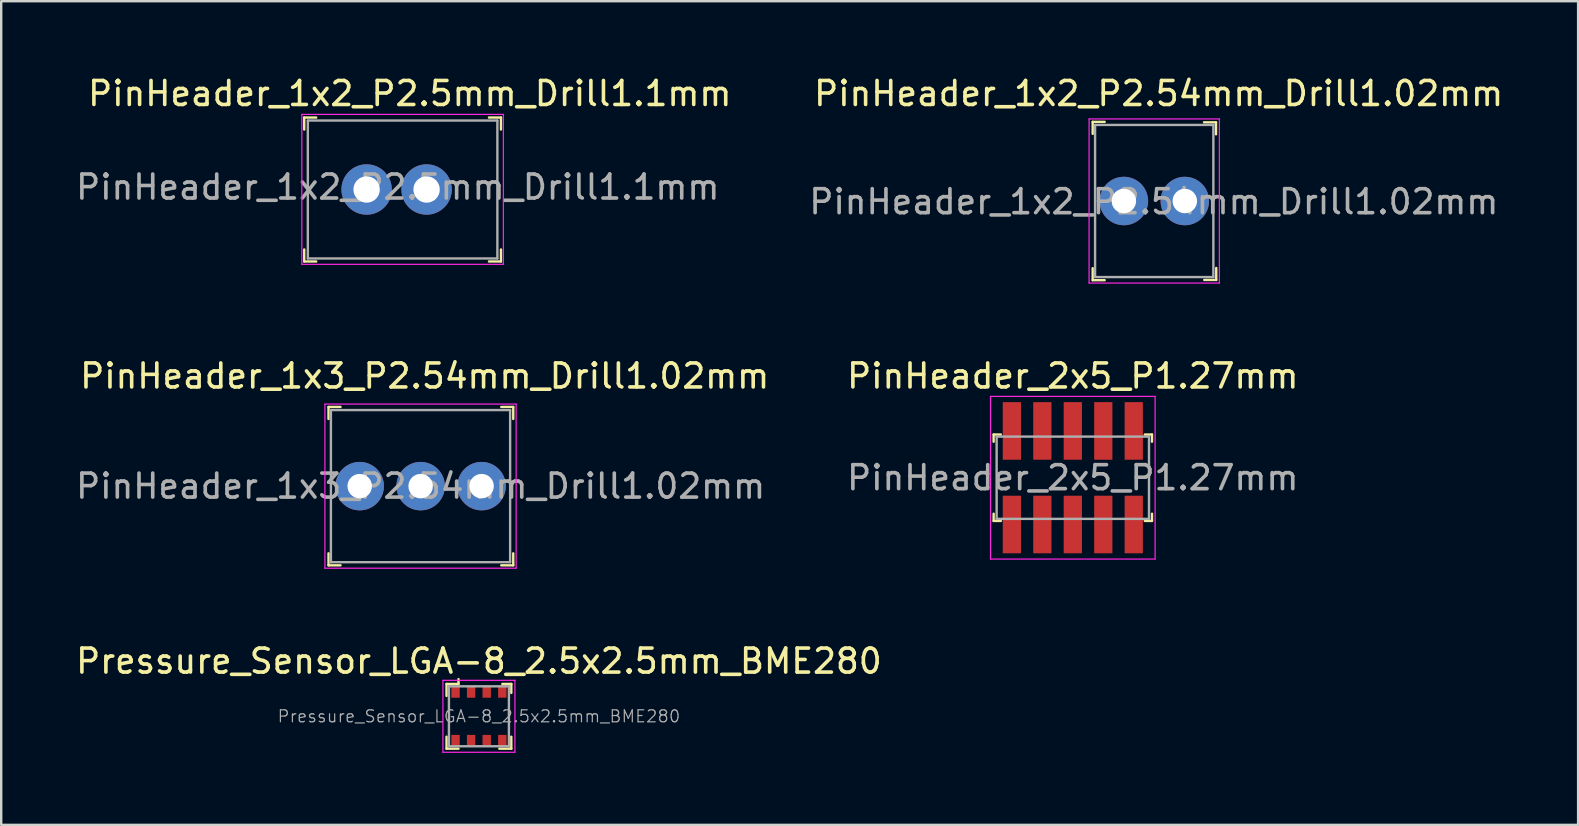
<source format=kicad_pcb>
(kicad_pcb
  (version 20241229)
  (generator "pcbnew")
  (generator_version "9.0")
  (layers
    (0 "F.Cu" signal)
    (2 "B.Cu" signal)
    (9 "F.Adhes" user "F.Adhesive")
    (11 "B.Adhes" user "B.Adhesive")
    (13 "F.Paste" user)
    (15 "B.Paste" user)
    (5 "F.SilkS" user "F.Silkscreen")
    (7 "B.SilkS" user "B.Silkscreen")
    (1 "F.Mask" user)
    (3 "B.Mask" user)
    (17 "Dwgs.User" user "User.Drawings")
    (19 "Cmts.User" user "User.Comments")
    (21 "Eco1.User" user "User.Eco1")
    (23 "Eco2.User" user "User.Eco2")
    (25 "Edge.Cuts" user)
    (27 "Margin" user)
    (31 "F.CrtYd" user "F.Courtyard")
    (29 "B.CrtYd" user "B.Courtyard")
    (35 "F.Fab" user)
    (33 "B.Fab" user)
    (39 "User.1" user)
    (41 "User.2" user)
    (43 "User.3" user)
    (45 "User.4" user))
  (footprint "PinHeader_1x2_P2.5mm_Drill1.1mm"
    (layer "F.Cu")
    (at 12.23 4.848)
    (property "Reference" "PinHeader_1x2_P2.5mm_Drill1.1mm" (at 1.8 -4 0) (layer "F.SilkS") (effects (font (size 1 1) (thickness 0.15))))
    (attr through_hole)
    (fp_line (start -2.6 -3) (end -2.6 -2.5) (stroke (width 0.1) (type solid)) (layer "F.SilkS"))
    (fp_line (start -2.6 -3) (end -2.1 -3) (stroke (width 0.1) (type solid)) (layer "F.SilkS"))
    (fp_line (start -2.6 3) (end -2.6 2.5) (stroke (width 0.1) (type solid)) (layer "F.SilkS"))
    (fp_line (start -2.6 3) (end -2.1 3) (stroke (width 0.1) (type solid)) (layer "F.SilkS"))
    (fp_line (start 5.6 -3) (end 5.1 -3) (stroke (width 0.1) (type solid)) (layer "F.SilkS"))
    (fp_line (start 5.6 -3) (end 5.6 -2.5) (stroke (width 0.1) (type solid)) (layer "F.SilkS"))
    (fp_line (start 5.6 3) (end 5.1 3) (stroke (width 0.1) (type solid)) (layer "F.SilkS"))
    (fp_line (start 5.6 3) (end 5.6 2.5) (stroke (width 0.1) (type solid)) (layer "F.SilkS"))
    (fp_line (start -2.7 -3.13) (end -2.7 3.12) (stroke (width 0.05) (type solid)) (layer "F.CrtYd"))
    (fp_line (start 5.7 -3.13) (end -2.7 -3.13) (stroke (width 0.05) (type solid)) (layer "F.CrtYd"))
    (fp_line (start 5.7 3.12) (end -2.7 3.12) (stroke (width 0.05) (type solid)) (layer "F.CrtYd"))
    (fp_line (start 5.7 3.12) (end 5.7 -3.13) (stroke (width 0.05) (type solid)) (layer "F.CrtYd"))
    (fp_line (start -2.45 -2.875) (end -2.45 2.875) (stroke (width 0.1) (type solid)) (layer "F.Fab"))
    (fp_line (start -2.45 -2.875) (end 5.45 -2.875) (stroke (width 0.1) (type solid)) (layer "F.Fab"))
    (fp_line (start -2.45 2.875) (end 5.45 2.875) (stroke (width 0.1) (type solid)) (layer "F.Fab"))
    (fp_line (start 5.45 -2.875) (end 5.45 2.875) (stroke (width 0.1) (type solid)) (layer "F.Fab"))
    (fp_text user "${REFERENCE}" (at 1.3 -0.1 0) (layer "F.Fab") (effects (font (size 1 1) (thickness 0.15))))
    (pad "1" thru_hole circle (at 0 0) (size 2.1 2.1) (drill 1.1) (layers "*.Cu" "*.Mask"))
    (pad "2" thru_hole circle (at 2.5 0) (size 2.1 2.1) (drill 1.1) (layers "*.Cu" "*.Mask")))
  (footprint "PinHeader_1x3_P2.54mm_Drill1.02mm"
    (layer "F.Cu")
    (at 11.942 17.212)
    (property "Reference" "PinHeader_1x3_P2.54mm_Drill1.02mm" (at 2.71 -4.59 0) (layer "F.SilkS") (effects (font (size 1 1) (thickness 0.15))))
    (attr through_hole)
    (fp_line (start -1.3 -3.3) (end -1.3 -2.8) (stroke (width 0.1) (type solid)) (layer "F.SilkS"))
    (fp_line (start -1.3 -3.3) (end -0.8 -3.3) (stroke (width 0.1) (type solid)) (layer "F.SilkS"))
    (fp_line (start -1.3 3.3) (end -1.3 2.8) (stroke (width 0.1) (type solid)) (layer "F.SilkS"))
    (fp_line (start -1.3 3.3) (end -0.8 3.3) (stroke (width 0.1) (type solid)) (layer "F.SilkS"))
    (fp_line (start 6.4 -3.3) (end 5.9 -3.3) (stroke (width 0.1) (type solid)) (layer "F.SilkS"))
    (fp_line (start 6.4 -3.3) (end 6.4 -2.8) (stroke (width 0.1) (type solid)) (layer "F.SilkS"))
    (fp_line (start 6.4 3.3) (end 5.9 3.3) (stroke (width 0.1) (type solid)) (layer "F.SilkS"))
    (fp_line (start 6.4 3.3) (end 6.4 2.8) (stroke (width 0.1) (type solid)) (layer "F.SilkS"))
    (fp_line (start -1.45 -3.42) (end -1.45 3.42) (stroke (width 0.05) (type solid)) (layer "F.CrtYd"))
    (fp_line (start 6.52 -3.42) (end -1.45 -3.42) (stroke (width 0.05) (type solid)) (layer "F.CrtYd"))
    (fp_line (start 6.52 -3.42) (end 6.52 3.42) (stroke (width 0.05) (type solid)) (layer "F.CrtYd"))
    (fp_line (start 6.52 3.42) (end -1.45 3.42) (stroke (width 0.05) (type solid)) (layer "F.CrtYd"))
    (fp_line (start -1.2 -3.17) (end -1.2 3.17) (stroke (width 0.1) (type solid)) (layer "F.Fab"))
    (fp_line (start -1.2 -3.17) (end 6.27 -3.17) (stroke (width 0.1) (type solid)) (layer "F.Fab"))
    (fp_line (start -1.2 3.17) (end 6.27 3.17) (stroke (width 0.1) (type solid)) (layer "F.Fab"))
    (fp_line (start 6.27 -3.17) (end 6.27 3.17) (stroke (width 0.1) (type solid)) (layer "F.Fab"))
    (fp_text user "${REFERENCE}" (at 2.54 0 0) (layer "F.Fab") (effects (font (size 1 1) (thickness 0.15))))
    (pad "1" thru_hole circle (at 0 0) (size 2.02 2.02) (drill 1.02) (layers "*.Cu" "*.Mask"))
    (pad "2" thru_hole circle (at 2.54 0) (size 2.02 2.02) (drill 1.02) (layers "*.Cu" "*.Mask"))
    (pad "3" thru_hole circle (at 5.08 0) (size 2.02 2.02) (drill 1.02) (layers "*.Cu" "*.Mask")))
  (footprint "PinHeader_2x5_P1.27mm"
    (layer "F.Cu")
    (at 41.664 16.861)
    (property "Reference" "PinHeader_2x5_P1.27mm" (at 0 -4.24 0) (layer "F.SilkS") (effects (font (size 1 1) (thickness 0.15))))
    (attr smd)
    (fp_line (start -3.3 -1.8) (end -3.3 -1.5) (stroke (width 0.1) (type solid)) (layer "F.SilkS"))
    (fp_line (start -3.3 1.8) (end -3.3 1.5) (stroke (width 0.1) (type solid)) (layer "F.SilkS"))
    (fp_line (start -3 -1.8) (end -3.3 -1.8) (stroke (width 0.1) (type solid)) (layer "F.SilkS"))
    (fp_line (start -3 1.8) (end -3.3 1.8) (stroke (width 0.1) (type solid)) (layer "F.SilkS"))
    (fp_line (start 3 -1.8) (end 3.3 -1.8) (stroke (width 0.1) (type solid)) (layer "F.SilkS"))
    (fp_line (start 3 1.8) (end 3.3 1.8) (stroke (width 0.1) (type solid)) (layer "F.SilkS"))
    (fp_line (start 3.3 -1.8) (end 3.3 -1.5) (stroke (width 0.1) (type solid)) (layer "F.SilkS"))
    (fp_line (start 3.3 1.8) (end 3.3 1.5) (stroke (width 0.1) (type solid)) (layer "F.SilkS"))
    (fp_line (start -3.43 -3.39) (end -3.43 3.39) (stroke (width 0.05) (type solid)) (layer "F.CrtYd"))
    (fp_line (start 3.43 -3.39) (end -3.43 -3.39) (stroke (width 0.05) (type solid)) (layer "F.CrtYd"))
    (fp_line (start 3.43 -3.39) (end 3.43 3.39) (stroke (width 0.05) (type solid)) (layer "F.CrtYd"))
    (fp_line (start 3.43 3.39) (end -3.43 3.39) (stroke (width 0.05) (type solid)) (layer "F.CrtYd"))
    (fp_line (start -3.175 -1.715) (end -3.175 1.715) (stroke (width 0.1) (type solid)) (layer "F.Fab"))
    (fp_line (start 3.175 -1.715) (end -3.175 -1.715) (stroke (width 0.1) (type solid)) (layer "F.Fab"))
    (fp_line (start 3.175 -1.715) (end 3.175 1.715) (stroke (width 0.1) (type solid)) (layer "F.Fab"))
    (fp_line (start 3.175 1.715) (end -3.175 1.715) (stroke (width 0.1) (type solid)) (layer "F.Fab"))
    (fp_text user "${REFERENCE}" (at 0 0 0) (layer "F.Fab") (effects (font (size 1 1) (thickness 0.15))))
    (pad "1" smd rect (at -2.54 1.95) (size 0.76 2.4) (layers "F.Cu" "F.Mask" "F.Paste"))
    (pad "2" smd rect (at -2.54 -1.95) (size 0.76 2.4) (layers "F.Cu" "F.Mask" "F.Paste"))
    (pad "3" smd rect (at -1.27 1.95) (size 0.76 2.4) (layers "F.Cu" "F.Mask" "F.Paste"))
    (pad "4" smd rect (at -1.27 -1.95) (size 0.76 2.4) (layers "F.Cu" "F.Mask" "F.Paste"))
    (pad "5" smd rect (at 0 1.95) (size 0.76 2.4) (layers "F.Cu" "F.Mask" "F.Paste"))
    (pad "6" smd rect (at 0 -1.95) (size 0.76 2.4) (layers "F.Cu" "F.Mask" "F.Paste"))
    (pad "7" smd rect (at 1.27 1.95) (size 0.76 2.4) (layers "F.Cu" "F.Mask" "F.Paste"))
    (pad "8" smd rect (at 1.27 -1.95) (size 0.76 2.4) (layers "F.Cu" "F.Mask" "F.Paste"))
    (pad "9" smd rect (at 2.54 1.95) (size 0.76 2.4) (layers "F.Cu" "F.Mask" "F.Paste"))
    (pad "10" smd rect (at 2.54 -1.95) (size 0.76 2.4) (layers "F.Cu" "F.Mask" "F.Paste")))
  (footprint "Pressure_Sensor_LGA-8_2.5x2.5mm_BME280"
    (layer "F.Cu")
    (at 16.911 26.805)
    (property "Reference" "Pressure_Sensor_LGA-8_2.5x2.5mm_BME280" (at 0 -2.3 0) (layer "F.SilkS") (effects (font (size 1 1) (thickness 0.15))))
    (attr through_hole)
    (fp_line (start -1.35 -1.35) (end -1.35 -0.85) (stroke (width 0.1) (type solid)) (layer "F.SilkS"))
    (fp_line (start -1.35 -1.35) (end -0.85 -1.35) (stroke (width 0.1) (type solid)) (layer "F.SilkS"))
    (fp_line (start -1.35 1.35) (end -1.35 0.85) (stroke (width 0.1) (type solid)) (layer "F.SilkS"))
    (fp_line (start -1.35 1.35) (end -0.85 1.35) (stroke (width 0.1) (type solid)) (layer "F.SilkS"))
    (fp_line (start -0.85 -1.35) (end -0.85 -1.55) (stroke (width 0.1) (type solid)) (layer "F.SilkS"))
    (fp_line (start 1.35 -1.35) (end 0.975 -1.35) (stroke (width 0.1) (type solid)) (layer "F.SilkS"))
    (fp_line (start 1.35 -1.35) (end 1.35 -0.975) (stroke (width 0.1) (type solid)) (layer "F.SilkS"))
    (fp_line (start 1.35 1.35) (end 0.85 1.35) (stroke (width 0.1) (type solid)) (layer "F.SilkS"))
    (fp_line (start 1.35 1.35) (end 1.35 0.85) (stroke (width 0.1) (type solid)) (layer "F.SilkS"))
    (fp_line (start -1.5 -1.5) (end -1.5 1.5) (stroke (width 0.05) (type solid)) (layer "F.CrtYd"))
    (fp_line (start 1.5 -1.5) (end -1.5 -1.5) (stroke (width 0.05) (type solid)) (layer "F.CrtYd"))
    (fp_line (start 1.5 -1.5) (end 1.5 1.5) (stroke (width 0.05) (type solid)) (layer "F.CrtYd"))
    (fp_line (start 1.5 1.5) (end -1.5 1.5) (stroke (width 0.05) (type solid)) (layer "F.CrtYd"))
    (fp_line (start -1.25 -1.25) (end 1.25 -1.25) (stroke (width 0.1) (type solid)) (layer "F.Fab"))
    (fp_line (start -1.25 1.25) (end -1.25 -1.25) (stroke (width 0.1) (type solid)) (layer "F.Fab"))
    (fp_line (start 1.25 -1.25) (end 1.25 1.25) (stroke (width 0.1) (type solid)) (layer "F.Fab"))
    (fp_line (start 1.25 1.25) (end -1.25 1.25) (stroke (width 0.1) (type solid)) (layer "F.Fab"))
    (fp_text user "${REFERENCE}" (at 0 0 0) (layer "F.Fab") (effects (font (size 0.5 0.5) (thickness 0.05))))
    (pad "1" smd rect (at -0.975 -1.025) (size 0.35 0.5) (layers "F.Cu" "F.Mask" "F.Paste"))
    (pad "2" smd rect (at -0.325 -1.025) (size 0.35 0.5) (layers "F.Cu" "F.Mask" "F.Paste"))
    (pad "3" smd rect (at 0.325 -1.025) (size 0.35 0.5) (layers "F.Cu" "F.Mask" "F.Paste"))
    (pad "4" smd rect (at 0.975 -1.025) (size 0.35 0.5) (layers "F.Cu" "F.Mask" "F.Paste"))
    (pad "5" smd rect (at 0.975 1.025) (size 0.35 0.5) (layers "F.Cu" "F.Mask" "F.Paste"))
    (pad "6" smd rect (at 0.325 1.025) (size 0.35 0.5) (layers "F.Cu" "F.Mask" "F.Paste"))
    (pad "7" smd rect (at -0.325 1.025) (size 0.35 0.5) (layers "F.Cu" "F.Mask" "F.Paste"))
    (pad "8" smd rect (at -0.975 1.025) (size 0.35 0.5) (layers "F.Cu" "F.Mask" "F.Paste")))
  (footprint "PinHeader_1x2_P2.54mm_Drill1.02mm"
    (layer "F.Cu")
    (at 43.792 5.328)
    (property "Reference" "PinHeader_1x2_P2.54mm_Drill1.02mm" (at 1.45 -4.48 0) (layer "F.SilkS") (effects (font (size 1 1) (thickness 0.15))))
    (attr through_hole)
    (fp_line (start -1.3 -3.3) (end -1.3 -2.8) (stroke (width 0.1) (type solid)) (layer "F.SilkS"))
    (fp_line (start -1.3 -3.3) (end -0.8 -3.3) (stroke (width 0.1) (type solid)) (layer "F.SilkS"))
    (fp_line (start -1.3 3.3) (end -1.3 2.8) (stroke (width 0.1) (type solid)) (layer "F.SilkS"))
    (fp_line (start -1.3 3.3) (end -0.8 3.3) (stroke (width 0.1) (type solid)) (layer "F.SilkS"))
    (fp_line (start 3.84 -3.28) (end 3.34 -3.28) (stroke (width 0.1) (type solid)) (layer "F.SilkS"))
    (fp_line (start 3.84 -3.28) (end 3.84 -2.78) (stroke (width 0.1) (type solid)) (layer "F.SilkS"))
    (fp_line (start 3.85 3.29) (end 3.35 3.29) (stroke (width 0.1) (type solid)) (layer "F.SilkS"))
    (fp_line (start 3.85 3.29) (end 3.85 2.79) (stroke (width 0.1) (type solid)) (layer "F.SilkS"))
    (fp_line (start -1.45 -3.42) (end -1.45 3.42) (stroke (width 0.05) (type solid)) (layer "F.CrtYd"))
    (fp_line (start 3.98 -3.42) (end -1.45 -3.42) (stroke (width 0.05) (type solid)) (layer "F.CrtYd"))
    (fp_line (start 3.98 -3.42) (end 3.98 3.42) (stroke (width 0.05) (type solid)) (layer "F.CrtYd"))
    (fp_line (start 3.98 3.42) (end -1.45 3.42) (stroke (width 0.05) (type solid)) (layer "F.CrtYd"))
    (fp_line (start -1.2 -3.17) (end -1.2 3.17) (stroke (width 0.1) (type solid)) (layer "F.Fab"))
    (fp_line (start -1.2 -3.17) (end 3.73 -3.17) (stroke (width 0.1) (type solid)) (layer "F.Fab"))
    (fp_line (start -1.2 3.17) (end 3.73 3.17) (stroke (width 0.1) (type solid)) (layer "F.Fab"))
    (fp_line (start 3.73 -3.17) (end 3.73 3.17) (stroke (width 0.1) (type solid)) (layer "F.Fab"))
    (fp_text user "${REFERENCE}" (at 1.25 0.03 0) (layer "F.Fab") (effects (font (size 1 1) (thickness 0.15))))
    (pad "1" thru_hole circle (at 0 0) (size 2.02 2.02) (drill 1.02) (layers "*.Cu" "*.Mask"))
    (pad "2" thru_hole circle (at 2.54 0) (size 2.02 2.02) (drill 1.02) (layers "*.Cu" "*.Mask")))
  (gr_rect
    (start -3 -3)
    (end 62.724 31.33)
    (stroke (width 0.1) (type default))
    (fill no)
    (layer "Edge.Cuts")))
</source>
